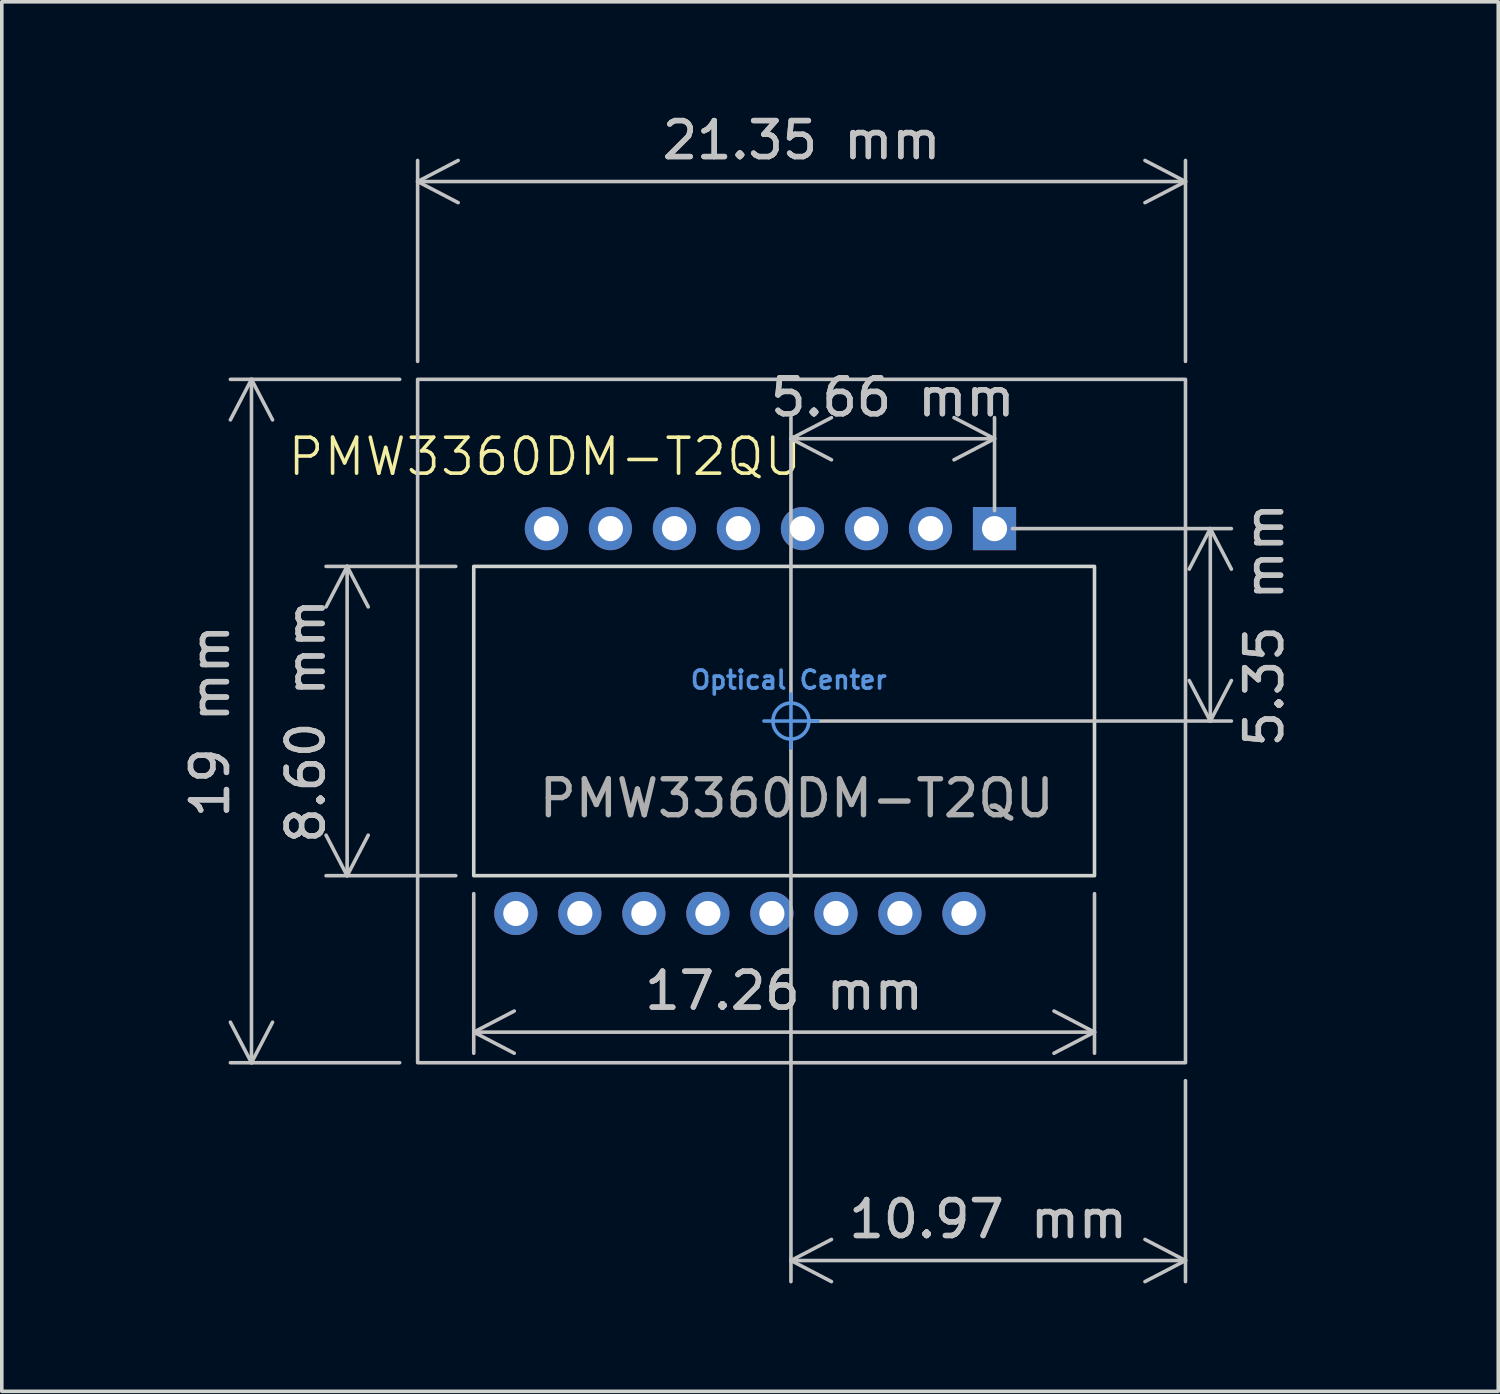
<source format=kicad_pcb>
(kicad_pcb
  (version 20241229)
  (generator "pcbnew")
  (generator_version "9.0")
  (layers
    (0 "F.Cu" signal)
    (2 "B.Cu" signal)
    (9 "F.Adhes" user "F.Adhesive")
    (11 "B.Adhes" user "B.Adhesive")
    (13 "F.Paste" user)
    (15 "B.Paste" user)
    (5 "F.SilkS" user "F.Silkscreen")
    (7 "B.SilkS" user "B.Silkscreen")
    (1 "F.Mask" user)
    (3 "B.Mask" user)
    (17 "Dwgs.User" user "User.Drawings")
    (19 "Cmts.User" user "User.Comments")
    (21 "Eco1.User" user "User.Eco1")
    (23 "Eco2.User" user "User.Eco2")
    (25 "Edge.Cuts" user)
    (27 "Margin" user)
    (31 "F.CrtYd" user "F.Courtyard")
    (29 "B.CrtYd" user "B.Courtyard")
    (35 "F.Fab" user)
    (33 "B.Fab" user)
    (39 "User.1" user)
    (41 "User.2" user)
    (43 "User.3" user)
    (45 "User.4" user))
  (footprint "PMW3360DM-T2QU"
    (layer "F.Cu")
    (at 24.602 11.648)
    (property "Reference" "PMW3360DM-T2QU" (at -12.5 -2 0) (unlocked yes) (layer "F.SilkS") (effects (font (size 1 1) (thickness 0.1))))
    (attr through_hole)
    (fp_rect (start -16.04 -4.15) (end 5.31 14.85) (stroke (width 0.1) (type default)) (fill no) (layer "Dwgs.User"))
    (fp_line (start -6.41 5.35) (end -4.91 5.35) (stroke (width 0.1) (type default)) (layer "Cmts.User"))
    (fp_line (start -5.66 6.1) (end -5.66 4.6) (stroke (width 0.1) (type default)) (layer "Cmts.User"))
    (fp_circle (center -5.66 5.35) (end -5.16 5.35) (stroke (width 0.1) (type solid)) (fill no) (layer "Cmts.User"))
    (fp_rect (start -14.48 1.05) (end 2.78 9.65) (stroke (width 0.1) (type default)) (fill no) (layer "Edge.Cuts"))
    (fp_text user "Optical Center" (at -8.5 4.5 0) (unlocked yes) (layer "Cmts.User") (effects (font (size 0.5 0.5) (thickness 0.1)) (justify left bottom)))
    (fp_text user "${REFERENCE}" (at -5.5 7.5 0) (unlocked yes) (layer "F.Fab") (effects (font (size 1 1) (thickness 0.15))))
    (dimension (type aligned) (layer "Dwgs.User") (pts (xy 27.382 21.298) (xy 10.122 21.298)) (height -4.35) (format (prefix "") (suffix "") (units 3) (units_format 1) (precision 2)) (style (thickness 0.1) (arrow_length 1.27) (text_position_mode 0) (arrow_direction outward) (extension_height 0.586) (extension_offset 0.5) (keep_text_aligned yes)) (gr_text "17.26 mm" (at 18.752 24.498 0) (layer "Dwgs.User") (effects (font (size 1 1) (thickness 0.15)))))
    (dimension (type aligned) (layer "Dwgs.User") (pts (xy 8.562 7.498) (xy 8.562 26.498)) (height 4.62) (format (prefix "") (suffix "") (units 3) (units_format 1) (precision 4) (suppress_zeroes yes)) (style (thickness 0.1) (arrow_length 1.27) (text_position_mode 0) (arrow_direction outward) (extension_height 0.586) (extension_offset 0.5) (keep_text_aligned yes)) (gr_text "19 mm" (at 2.792 16.998 90) (layer "Dwgs.User") (effects (font (size 1 1) (thickness 0.15)))))
    (dimension (type aligned) (layer "Dwgs.User") (pts (xy 8.562 7.498) (xy 29.912 7.498)) (height -5.5) (format (prefix "") (suffix "") (units 3) (units_format 1) (precision 2) (suppress_zeroes yes)) (style (thickness 0.1) (arrow_length 1.27) (text_position_mode 0) (arrow_direction outward) (extension_height 0.586) (extension_offset 0.5) (keep_text_aligned yes)) (gr_text "21.35 mm" (at 19.237 0.848 0) (layer "Dwgs.User") (effects (font (size 1 1) (thickness 0.15)))))
    (dimension (type orthogonal) (layer "Dwgs.User") (pts (xy 29.912 26.498) (xy 18.942 16.998)) (height 5.5) (orientation 0) (format (prefix "") (suffix "") (units 3) (units_format 1) (precision 4) (suppress_zeroes yes)) (style (thickness 0.1) (arrow_length 1.27) (text_position_mode 0) (arrow_direction outward) (extension_height 0.586) (extension_offset 0.5) (keep_text_aligned yes)) (gr_text "10.97 mm" (at 24.427 30.848 0) (layer "Dwgs.User") (effects (font (size 1 1) (thickness 0.15)))))
    (dimension (type orthogonal) (layer "Dwgs.User") (pts (xy 24.602 11.648) (xy 18.942 16.998)) (height 6) (orientation 1) (format (prefix "") (suffix "") (units 3) (units_format 1) (precision 2)) (style (thickness 0.1) (arrow_length 1.27) (text_position_mode 2) (arrow_direction outward) (extension_height 0.586) (extension_offset 0.5) (keep_text_aligned yes)) (gr_text "5.35 mm" (at 32.102 14.323 90) (layer "Dwgs.User") (effects (font (size 1 1) (thickness 0.15)))))
    (dimension (type orthogonal) (layer "Dwgs.User") (pts (xy 10.122 12.698) (xy 10.122 21.298)) (height -3.52) (orientation 1) (format (prefix "") (suffix "") (units 3) (units_format 1) (precision 2)) (style (thickness 0.1) (arrow_length 1.27) (text_position_mode 0) (arrow_direction outward) (extension_height 0.586) (extension_offset 0.5) (keep_text_aligned yes)) (gr_text "8.60 mm" (at 5.452 16.998 90) (layer "Dwgs.User") (effects (font (size 1 1) (thickness 0.15)))))
    (dimension (type orthogonal) (layer "Dwgs.User") (pts (xy 18.942 16.998) (xy 24.602 11.648)) (height -7.85) (orientation 0) (format (prefix "") (suffix "") (units 3) (units_format 1) (precision 2)) (style (thickness 0.1) (arrow_length 1.27) (text_position_mode 0) (arrow_direction outward) (extension_height 0.586) (extension_offset 0.5) (keep_text_aligned yes)) (gr_text "5.66 mm" (at 21.772 7.998 0) (layer "Dwgs.User") (effects (font (size 1 1) (thickness 0.15)))))
    (pad "1" thru_hole rect (at 0 0) (size 1.2 1.2) (drill 0.7) (layers "*.Cu" "*.Mask"))
    (pad "2" thru_hole circle (at -1.78 0) (size 1.2 1.2) (drill 0.7) (layers "*.Cu" "*.Mask"))
    (pad "3" thru_hole circle (at -3.56 0) (size 1.2 1.2) (drill 0.7) (layers "*.Cu" "*.Mask"))
    (pad "4" thru_hole circle (at -5.34 0) (size 1.2 1.2) (drill 0.7) (layers "*.Cu" "*.Mask"))
    (pad "5" thru_hole circle (at -7.12 0) (size 1.2 1.2) (drill 0.7) (layers "*.Cu" "*.Mask"))
    (pad "6" thru_hole circle (at -8.9 0) (size 1.2 1.2) (drill 0.7) (layers "*.Cu" "*.Mask"))
    (pad "7" thru_hole circle (at -10.68 0) (size 1.2 1.2) (drill 0.7) (layers "*.Cu" "*.Mask"))
    (pad "8" thru_hole circle (at -12.46 0) (size 1.2 1.2) (drill 0.7) (layers "*.Cu" "*.Mask"))
    (pad "9" thru_hole circle (at -13.31 10.7) (size 1.2 1.2) (drill 0.7) (layers "*.Cu" "*.Mask"))
    (pad "10" thru_hole circle (at -11.53 10.7) (size 1.2 1.2) (drill 0.7) (layers "*.Cu" "*.Mask"))
    (pad "11" thru_hole circle (at -9.75 10.7) (size 1.2 1.2) (drill 0.7) (layers "*.Cu" "*.Mask"))
    (pad "12" thru_hole circle (at -7.97 10.7) (size 1.2 1.2) (drill 0.7) (layers "*.Cu" "*.Mask"))
    (pad "13" thru_hole circle (at -6.19 10.7) (size 1.2 1.2) (drill 0.7) (layers "*.Cu" "*.Mask"))
    (pad "14" thru_hole circle (at -4.41 10.7) (size 1.2 1.2) (drill 0.7) (layers "*.Cu" "*.Mask"))
    (pad "15" thru_hole circle (at -2.63 10.7) (size 1.2 1.2) (drill 0.7) (layers "*.Cu" "*.Mask"))
    (pad "16" thru_hole circle (at -0.85 10.7) (size 1.2 1.2) (drill 0.7) (layers "*.Cu" "*.Mask"))
    (zone (net_name "") (layer "Edge.Cuts") (hatch edge 0.5) (connect_pads) (min_thickness 0.25) (filled_areas_thickness no) (keepout (tracks not_allowed) (vias not_allowed) (pads not_allowed) (copperpour not_allowed) (footprints not_allowed)) (placement (enabled no)) (fill) (polygon (pts (xy 10.122 12.698) (xy 27.382 12.698) (xy 27.382 21.298) (xy 10.122 21.298)))))
  (gr_rect
    (start -3 -3)
    (end 38.608 35.635)
    (stroke (width 0.1) (type default))
    (fill no)
    (layer "Edge.Cuts")))
</source>
